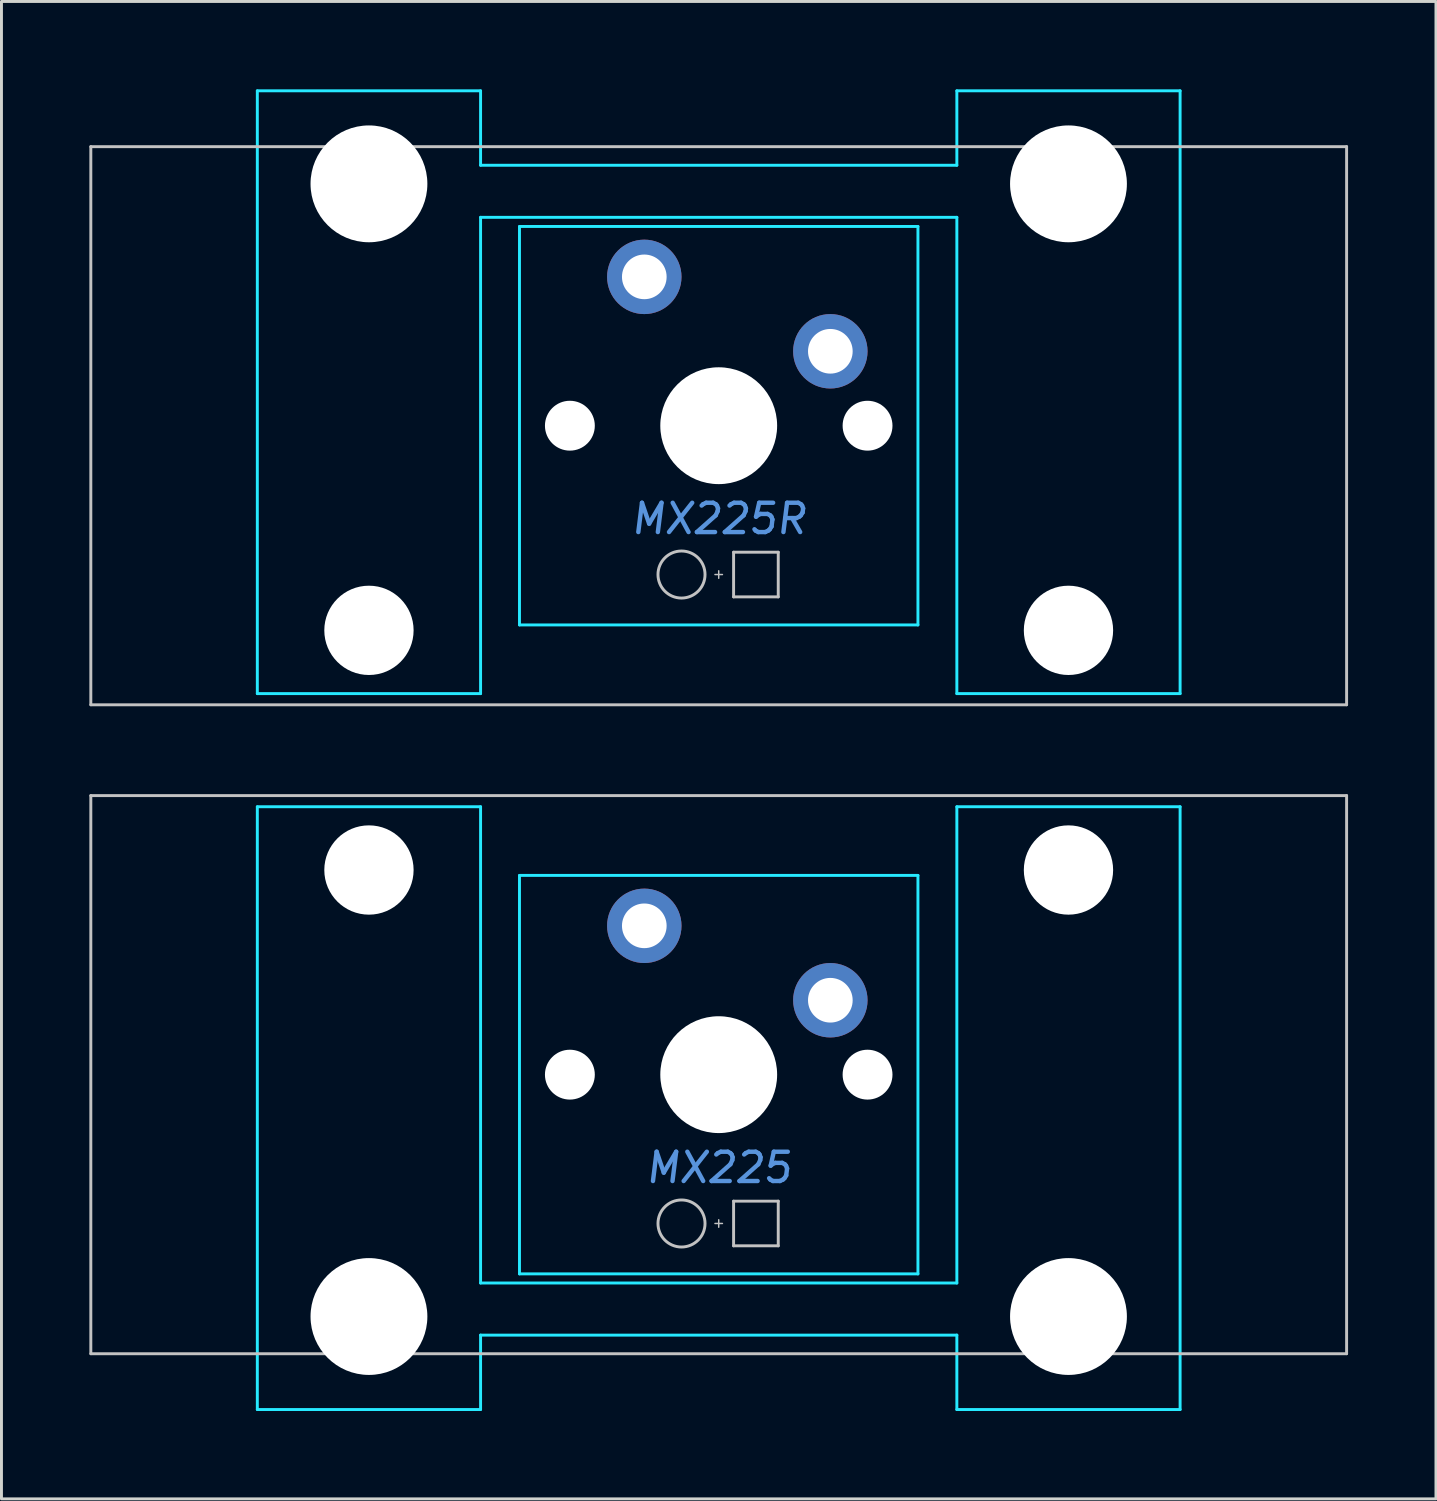
<source format=kicad_pcb>
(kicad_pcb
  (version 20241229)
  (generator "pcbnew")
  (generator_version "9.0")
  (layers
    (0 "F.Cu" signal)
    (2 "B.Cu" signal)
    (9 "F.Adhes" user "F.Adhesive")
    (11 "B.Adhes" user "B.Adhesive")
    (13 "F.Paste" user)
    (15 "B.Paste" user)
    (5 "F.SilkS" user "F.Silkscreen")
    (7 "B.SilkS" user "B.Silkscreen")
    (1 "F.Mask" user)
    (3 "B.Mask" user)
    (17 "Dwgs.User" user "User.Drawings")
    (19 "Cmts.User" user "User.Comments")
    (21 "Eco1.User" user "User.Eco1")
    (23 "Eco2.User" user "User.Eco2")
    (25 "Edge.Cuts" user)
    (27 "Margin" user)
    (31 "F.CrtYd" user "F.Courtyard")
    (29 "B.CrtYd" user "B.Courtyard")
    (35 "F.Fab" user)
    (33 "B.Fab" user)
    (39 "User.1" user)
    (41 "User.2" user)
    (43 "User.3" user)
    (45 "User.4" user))
  (footprint "MX225"
    (layer "F.Cu")
    (at 21.481 33.63)
    (property "Reference" "MX225" (at 0 3.175 0) (layer "Cmts.User") (effects (font (size 1 1) (thickness 0.15) (italic yes))))
    (attr through_hole)
    (fp_line (start -21.431 -9.525) (end -21.431 9.525) (stroke (width 0.1) (type solid)) (layer "Dwgs.User"))
    (fp_line (start -21.431 -9.525) (end 21.431 -9.525) (stroke (width 0.1) (type solid)) (layer "Dwgs.User"))
    (fp_line (start -21.431 9.525) (end 21.431 9.525) (stroke (width 0.1) (type solid)) (layer "Dwgs.User"))
    (fp_line (start -0.127 5.08) (end 0.127 5.08) (stroke (width 0.05) (type solid)) (layer "Dwgs.User"))
    (fp_line (start 0 5.207) (end 0 4.953) (stroke (width 0.05) (type solid)) (layer "Dwgs.User"))
    (fp_line (start 0.508 4.318) (end 0.508 5.842) (stroke (width 0.1) (type solid)) (layer "Dwgs.User"))
    (fp_line (start 0.508 4.318) (end 2.032 4.318) (stroke (width 0.1) (type solid)) (layer "Dwgs.User"))
    (fp_line (start 0.508 5.842) (end 2.032 5.842) (stroke (width 0.1) (type solid)) (layer "Dwgs.User"))
    (fp_line (start 2.032 5.842) (end 2.032 4.318) (stroke (width 0.1) (type solid)) (layer "Dwgs.User"))
    (fp_line (start 21.431 -9.525) (end 21.431 9.525) (stroke (width 0.1) (type solid)) (layer "Dwgs.User"))
    (fp_circle (center -1.27 5.08) (end -0.467 5.08) (stroke (width 0.1) (type solid)) (fill no) (layer "Dwgs.User"))
    (fp_line (start -15.438 -5.485) (end -15.438 8.515) (stroke (width 0.1) (type solid)) (layer "Eco1.User"))
    (fp_line (start -14.938 -5.985) (end -8.938 -5.985) (stroke (width 0.1) (type solid)) (layer "Eco1.User"))
    (fp_line (start -8.938 9.015) (end -14.938 9.015) (stroke (width 0.1) (type solid)) (layer "Eco1.User"))
    (fp_line (start -8.438 8.515) (end -8.438 -5.485) (stroke (width 0.1) (type solid)) (layer "Eco1.User"))
    (fp_line (start -7 -6.5) (end -7 6.5) (stroke (width 0.1) (type solid)) (layer "Eco1.User"))
    (fp_line (start -6.5 7) (end 6.5 7) (stroke (width 0.1) (type solid)) (layer "Eco1.User"))
    (fp_line (start 6.5 -7) (end -6.5 -7) (stroke (width 0.1) (type solid)) (layer "Eco1.User"))
    (fp_line (start 7 6.5) (end 7 -6.5) (stroke (width 0.1) (type solid)) (layer "Eco1.User"))
    (fp_line (start 8.438 -5.485) (end 8.438 8.515) (stroke (width 0.1) (type solid)) (layer "Eco1.User"))
    (fp_line (start 8.938 -5.985) (end 14.938 -5.985) (stroke (width 0.1) (type solid)) (layer "Eco1.User"))
    (fp_line (start 14.938 9.015) (end 8.938 9.015) (stroke (width 0.1) (type solid)) (layer "Eco1.User"))
    (fp_line (start 15.438 8.515) (end 15.438 -5.485) (stroke (width 0.1) (type solid)) (layer "Eco1.User"))
    (fp_arc (start -15.438 -5.485) (mid -15.291553 -5.838553) (end -14.938 -5.985) (stroke (width 0.1) (type solid)) (layer "Eco1.User"))
    (fp_arc (start -14.938 9.015) (mid -15.291553 8.868553) (end -15.438 8.515) (stroke (width 0.1) (type solid)) (layer "Eco1.User"))
    (fp_arc (start -8.938 -5.985) (mid -8.584447 -5.838553) (end -8.438 -5.485) (stroke (width 0.1) (type solid)) (layer "Eco1.User"))
    (fp_arc (start -8.438 8.515) (mid -8.584447 8.868553) (end -8.938 9.015) (stroke (width 0.1) (type solid)) (layer "Eco1.User"))
    (fp_arc (start -7 -6.5) (mid -6.853553 -6.853553) (end -6.5 -7) (stroke (width 0.1) (type solid)) (layer "Eco1.User"))
    (fp_arc (start -6.5 7) (mid -6.853553 6.853553) (end -7 6.5) (stroke (width 0.1) (type solid)) (layer "Eco1.User"))
    (fp_arc (start 6.5 -7) (mid 6.853553 -6.853553) (end 7 -6.5) (stroke (width 0.1) (type solid)) (layer "Eco1.User"))
    (fp_arc (start 7 6.5) (mid 6.853553 6.853553) (end 6.5 7) (stroke (width 0.1) (type solid)) (layer "Eco1.User"))
    (fp_arc (start 8.438 -5.485) (mid 8.584447 -5.838553) (end 8.938 -5.985) (stroke (width 0.1) (type solid)) (layer "Eco1.User"))
    (fp_arc (start 8.938 9.015) (mid 8.584447 8.868553) (end 8.438 8.515) (stroke (width 0.1) (type solid)) (layer "Eco1.User"))
    (fp_arc (start 14.938 -5.985) (mid 15.291553 -5.838553) (end 15.438 -5.485) (stroke (width 0.1) (type solid)) (layer "Eco1.User"))
    (fp_arc (start 15.438 8.515) (mid 15.291553 8.868553) (end 14.938 9.015) (stroke (width 0.1) (type solid)) (layer "Eco1.User"))
    (fp_line (start -15.748 -9.144) (end -8.128 -9.144) (stroke (width 0.1) (type solid)) (layer "B.CrtYd"))
    (fp_line (start -15.748 11.43) (end -15.748 -9.144) (stroke (width 0.1) (type solid)) (layer "B.CrtYd"))
    (fp_line (start -8.128 -9.144) (end -8.128 7.112) (stroke (width 0.1) (type solid)) (layer "B.CrtYd"))
    (fp_line (start -8.128 7.112) (end 8.128 7.112) (stroke (width 0.1) (type solid)) (layer "B.CrtYd"))
    (fp_line (start -8.128 8.89) (end 8.128 8.89) (stroke (width 0.1) (type solid)) (layer "B.CrtYd"))
    (fp_line (start -8.128 11.43) (end -15.748 11.43) (stroke (width 0.1) (type solid)) (layer "B.CrtYd"))
    (fp_line (start -8.128 11.43) (end -8.128 8.89) (stroke (width 0.1) (type solid)) (layer "B.CrtYd"))
    (fp_line (start -6.8 6.8) (end -6.8 -6.8) (stroke (width 0.1) (type solid)) (layer "B.CrtYd"))
    (fp_line (start 6.8 -6.8) (end -6.8 -6.8) (stroke (width 0.1) (type solid)) (layer "B.CrtYd"))
    (fp_line (start 6.8 6.8) (end -6.8 6.8) (stroke (width 0.1) (type solid)) (layer "B.CrtYd"))
    (fp_line (start 6.8 6.8) (end 6.8 -6.8) (stroke (width 0.1) (type solid)) (layer "B.CrtYd"))
    (fp_line (start 8.128 -9.144) (end 8.128 7.112) (stroke (width 0.1) (type solid)) (layer "B.CrtYd"))
    (fp_line (start 8.128 -9.144) (end 15.748 -9.144) (stroke (width 0.1) (type solid)) (layer "B.CrtYd"))
    (fp_line (start 8.128 11.43) (end 8.128 8.89) (stroke (width 0.1) (type solid)) (layer "B.CrtYd"))
    (fp_line (start 15.748 -9.144) (end 15.748 11.43) (stroke (width 0.1) (type solid)) (layer "B.CrtYd"))
    (fp_line (start 15.748 11.43) (end 8.128 11.43) (stroke (width 0.1) (type solid)) (layer "B.CrtYd"))
    (pad "" np_thru_hole circle (at -11.938 -6.985) (size 3.048 3.048) (drill 3.048) (layers "*.Cu" "*.Mask"))
    (pad "" np_thru_hole circle (at -11.938 8.255) (size 3.988 3.988) (drill 3.988) (layers "*.Cu" "*.Mask"))
    (pad "" np_thru_hole circle (at -5.08 0) (size 1.702 1.702) (drill 1.702) (layers "*.Cu" "*.Mask"))
    (pad "" connect circle (at -2.54 -5.08) (size 1.524 1.524) (layers "B.Mask"))
    (pad "" np_thru_hole circle (at 0 0) (size 3.988 3.988) (drill 3.988) (layers "*.Cu" "*.Mask"))
    (pad "" connect circle (at 3.81 -2.54) (size 1.524 1.524) (layers "B.Mask"))
    (pad "" np_thru_hole circle (at 5.08 0) (size 1.702 1.702) (drill 1.702) (layers "*.Cu" "*.Mask"))
    (pad "" np_thru_hole circle (at 11.938 -6.985) (size 3.048 3.048) (drill 3.048) (layers "*.Cu" "*.Mask"))
    (pad "" np_thru_hole circle (at 11.938 8.255) (size 3.988 3.988) (drill 3.988) (layers "*.Cu" "*.Mask"))
    (pad "1" thru_hole circle (at -2.54 -5.08) (size 2.54 2.54) (drill 1.524) (layers "*.Cu" "F.Mask"))
    (pad "2" thru_hole circle (at 3.81 -2.54) (size 2.54 2.54) (drill 1.524) (layers "*.Cu" "F.Mask")))
  (footprint "MX225R"
    (layer "F.Cu")
    (at 21.481 11.48)
    (property "Reference" "MX225R" (at 0 3.175 0) (layer "Cmts.User") (effects (font (size 1 1) (thickness 0.15) (italic yes))))
    (attr through_hole)
    (fp_line (start -21.431 -9.525) (end -21.431 9.525) (stroke (width 0.1) (type solid)) (layer "Dwgs.User"))
    (fp_line (start -21.431 -9.525) (end 21.431 -9.525) (stroke (width 0.1) (type solid)) (layer "Dwgs.User"))
    (fp_line (start -21.431 9.525) (end 21.431 9.525) (stroke (width 0.1) (type solid)) (layer "Dwgs.User"))
    (fp_line (start -0.127 5.08) (end 0.127 5.08) (stroke (width 0.05) (type solid)) (layer "Dwgs.User"))
    (fp_line (start 0 5.207) (end 0 4.953) (stroke (width 0.05) (type solid)) (layer "Dwgs.User"))
    (fp_line (start 0.508 4.318) (end 0.508 5.842) (stroke (width 0.1) (type solid)) (layer "Dwgs.User"))
    (fp_line (start 0.508 4.318) (end 2.032 4.318) (stroke (width 0.1) (type solid)) (layer "Dwgs.User"))
    (fp_line (start 0.508 5.842) (end 2.032 5.842) (stroke (width 0.1) (type solid)) (layer "Dwgs.User"))
    (fp_line (start 2.032 5.842) (end 2.032 4.318) (stroke (width 0.1) (type solid)) (layer "Dwgs.User"))
    (fp_line (start 21.431 -9.525) (end 21.431 9.525) (stroke (width 0.1) (type solid)) (layer "Dwgs.User"))
    (fp_circle (center -1.27 5.08) (end -0.467 5.08) (stroke (width 0.1) (type solid)) (fill no) (layer "Dwgs.User"))
    (fp_line (start -15.438 -8.515) (end -15.438 5.485) (stroke (width 0.1) (type solid)) (layer "Eco1.User"))
    (fp_line (start -14.938 -9.015) (end -8.938 -9.015) (stroke (width 0.1) (type solid)) (layer "Eco1.User"))
    (fp_line (start -8.938 5.985) (end -14.938 5.985) (stroke (width 0.1) (type solid)) (layer "Eco1.User"))
    (fp_line (start -8.438 5.485) (end -8.438 -8.515) (stroke (width 0.1) (type solid)) (layer "Eco1.User"))
    (fp_line (start -7 -6.5) (end -7 6.5) (stroke (width 0.1) (type solid)) (layer "Eco1.User"))
    (fp_line (start -6.5 7) (end 6.5 7) (stroke (width 0.1) (type solid)) (layer "Eco1.User"))
    (fp_line (start 6.5 -7) (end -6.5 -7) (stroke (width 0.1) (type solid)) (layer "Eco1.User"))
    (fp_line (start 7 6.5) (end 7 -6.5) (stroke (width 0.1) (type solid)) (layer "Eco1.User"))
    (fp_line (start 8.438 -8.515) (end 8.438 5.485) (stroke (width 0.1) (type solid)) (layer "Eco1.User"))
    (fp_line (start 8.938 -9.015) (end 14.938 -9.015) (stroke (width 0.1) (type solid)) (layer "Eco1.User"))
    (fp_line (start 14.938 5.985) (end 8.938 5.985) (stroke (width 0.1) (type solid)) (layer "Eco1.User"))
    (fp_line (start 15.438 5.485) (end 15.438 -8.515) (stroke (width 0.1) (type solid)) (layer "Eco1.User"))
    (fp_arc (start -15.438 -8.515) (mid -15.291553 -8.868553) (end -14.938 -9.015) (stroke (width 0.1) (type solid)) (layer "Eco1.User"))
    (fp_arc (start -14.938 5.985) (mid -15.291553 5.838553) (end -15.438 5.485) (stroke (width 0.1) (type solid)) (layer "Eco1.User"))
    (fp_arc (start -8.938 -9.015) (mid -8.584447 -8.868553) (end -8.438 -8.515) (stroke (width 0.1) (type solid)) (layer "Eco1.User"))
    (fp_arc (start -8.438 5.485) (mid -8.584447 5.838553) (end -8.938 5.985) (stroke (width 0.1) (type solid)) (layer "Eco1.User"))
    (fp_arc (start -7 -6.5) (mid -6.853553 -6.853553) (end -6.5 -7) (stroke (width 0.1) (type solid)) (layer "Eco1.User"))
    (fp_arc (start -6.5 7) (mid -6.853553 6.853553) (end -7 6.5) (stroke (width 0.1) (type solid)) (layer "Eco1.User"))
    (fp_arc (start 6.5 -7) (mid 6.853553 -6.853553) (end 7 -6.5) (stroke (width 0.1) (type solid)) (layer "Eco1.User"))
    (fp_arc (start 7 6.5) (mid 6.853553 6.853553) (end 6.5 7) (stroke (width 0.1) (type solid)) (layer "Eco1.User"))
    (fp_arc (start 8.438 -8.515) (mid 8.584447 -8.868553) (end 8.938 -9.015) (stroke (width 0.1) (type solid)) (layer "Eco1.User"))
    (fp_arc (start 8.938 5.985) (mid 8.584447 5.838553) (end 8.438 5.485) (stroke (width 0.1) (type solid)) (layer "Eco1.User"))
    (fp_arc (start 14.938 -9.015) (mid 15.291553 -8.868553) (end 15.438 -8.515) (stroke (width 0.1) (type solid)) (layer "Eco1.User"))
    (fp_arc (start 15.438 5.485) (mid 15.291553 5.838553) (end 14.938 5.985) (stroke (width 0.1) (type solid)) (layer "Eco1.User"))
    (fp_line (start -15.748 -11.43) (end -8.128 -11.43) (stroke (width 0.1) (type solid)) (layer "B.CrtYd"))
    (fp_line (start -15.748 9.144) (end -15.748 -11.43) (stroke (width 0.1) (type solid)) (layer "B.CrtYd"))
    (fp_line (start -8.128 -11.43) (end -8.128 -8.89) (stroke (width 0.1) (type solid)) (layer "B.CrtYd"))
    (fp_line (start -8.128 9.144) (end -15.748 9.144) (stroke (width 0.1) (type solid)) (layer "B.CrtYd"))
    (fp_line (start -8.128 9.144) (end -8.128 -7.112) (stroke (width 0.1) (type solid)) (layer "B.CrtYd"))
    (fp_line (start -6.8 6.8) (end -6.8 -6.8) (stroke (width 0.1) (type solid)) (layer "B.CrtYd"))
    (fp_line (start 6.8 -6.8) (end -6.8 -6.8) (stroke (width 0.1) (type solid)) (layer "B.CrtYd"))
    (fp_line (start 6.8 6.8) (end -6.8 6.8) (stroke (width 0.1) (type solid)) (layer "B.CrtYd"))
    (fp_line (start 6.8 6.8) (end 6.8 -6.8) (stroke (width 0.1) (type solid)) (layer "B.CrtYd"))
    (fp_line (start 8.128 -11.43) (end 8.128 -8.89) (stroke (width 0.1) (type solid)) (layer "B.CrtYd"))
    (fp_line (start 8.128 -11.43) (end 15.748 -11.43) (stroke (width 0.1) (type solid)) (layer "B.CrtYd"))
    (fp_line (start 8.128 -8.89) (end -8.128 -8.89) (stroke (width 0.1) (type solid)) (layer "B.CrtYd"))
    (fp_line (start 8.128 -7.112) (end -8.128 -7.112) (stroke (width 0.1) (type solid)) (layer "B.CrtYd"))
    (fp_line (start 8.128 9.144) (end 8.128 -7.112) (stroke (width 0.1) (type solid)) (layer "B.CrtYd"))
    (fp_line (start 15.748 -11.43) (end 15.748 9.144) (stroke (width 0.1) (type solid)) (layer "B.CrtYd"))
    (fp_line (start 15.748 9.144) (end 8.128 9.144) (stroke (width 0.1) (type solid)) (layer "B.CrtYd"))
    (pad "" np_thru_hole circle (at -11.938 -8.255 180) (size 3.988 3.988) (drill 3.988) (layers "*.Cu" "*.Mask"))
    (pad "" np_thru_hole circle (at -11.938 6.985 180) (size 3.048 3.048) (drill 3.048) (layers "*.Cu" "*.Mask"))
    (pad "" np_thru_hole circle (at -5.08 0) (size 1.702 1.702) (drill 1.702) (layers "*.Cu" "*.Mask"))
    (pad "" connect circle (at -2.54 -5.08) (size 1.524 1.524) (layers "B.Mask"))
    (pad "" np_thru_hole circle (at 0 0) (size 3.988 3.988) (drill 3.988) (layers "*.Cu" "*.Mask"))
    (pad "" connect circle (at 3.81 -2.54) (size 1.524 1.524) (layers "B.Mask"))
    (pad "" np_thru_hole circle (at 5.08 0) (size 1.702 1.702) (drill 1.702) (layers "*.Cu" "*.Mask"))
    (pad "" np_thru_hole circle (at 11.938 -8.255 180) (size 3.988 3.988) (drill 3.988) (layers "*.Cu" "*.Mask"))
    (pad "" np_thru_hole circle (at 11.938 6.985 180) (size 3.048 3.048) (drill 3.048) (layers "*.Cu" "*.Mask"))
    (pad "1" thru_hole circle (at -2.54 -5.08) (size 2.54 2.54) (drill 1.524) (layers "*.Cu" "F.Mask"))
    (pad "2" thru_hole circle (at 3.81 -2.54) (size 2.54 2.54) (drill 1.524) (layers "*.Cu" "F.Mask")))
  (gr_rect
    (start -3 -3)
    (end 45.962 48.11)
    (stroke (width 0.1) (type default))
    (fill no)
    (layer "Edge.Cuts")))
</source>
